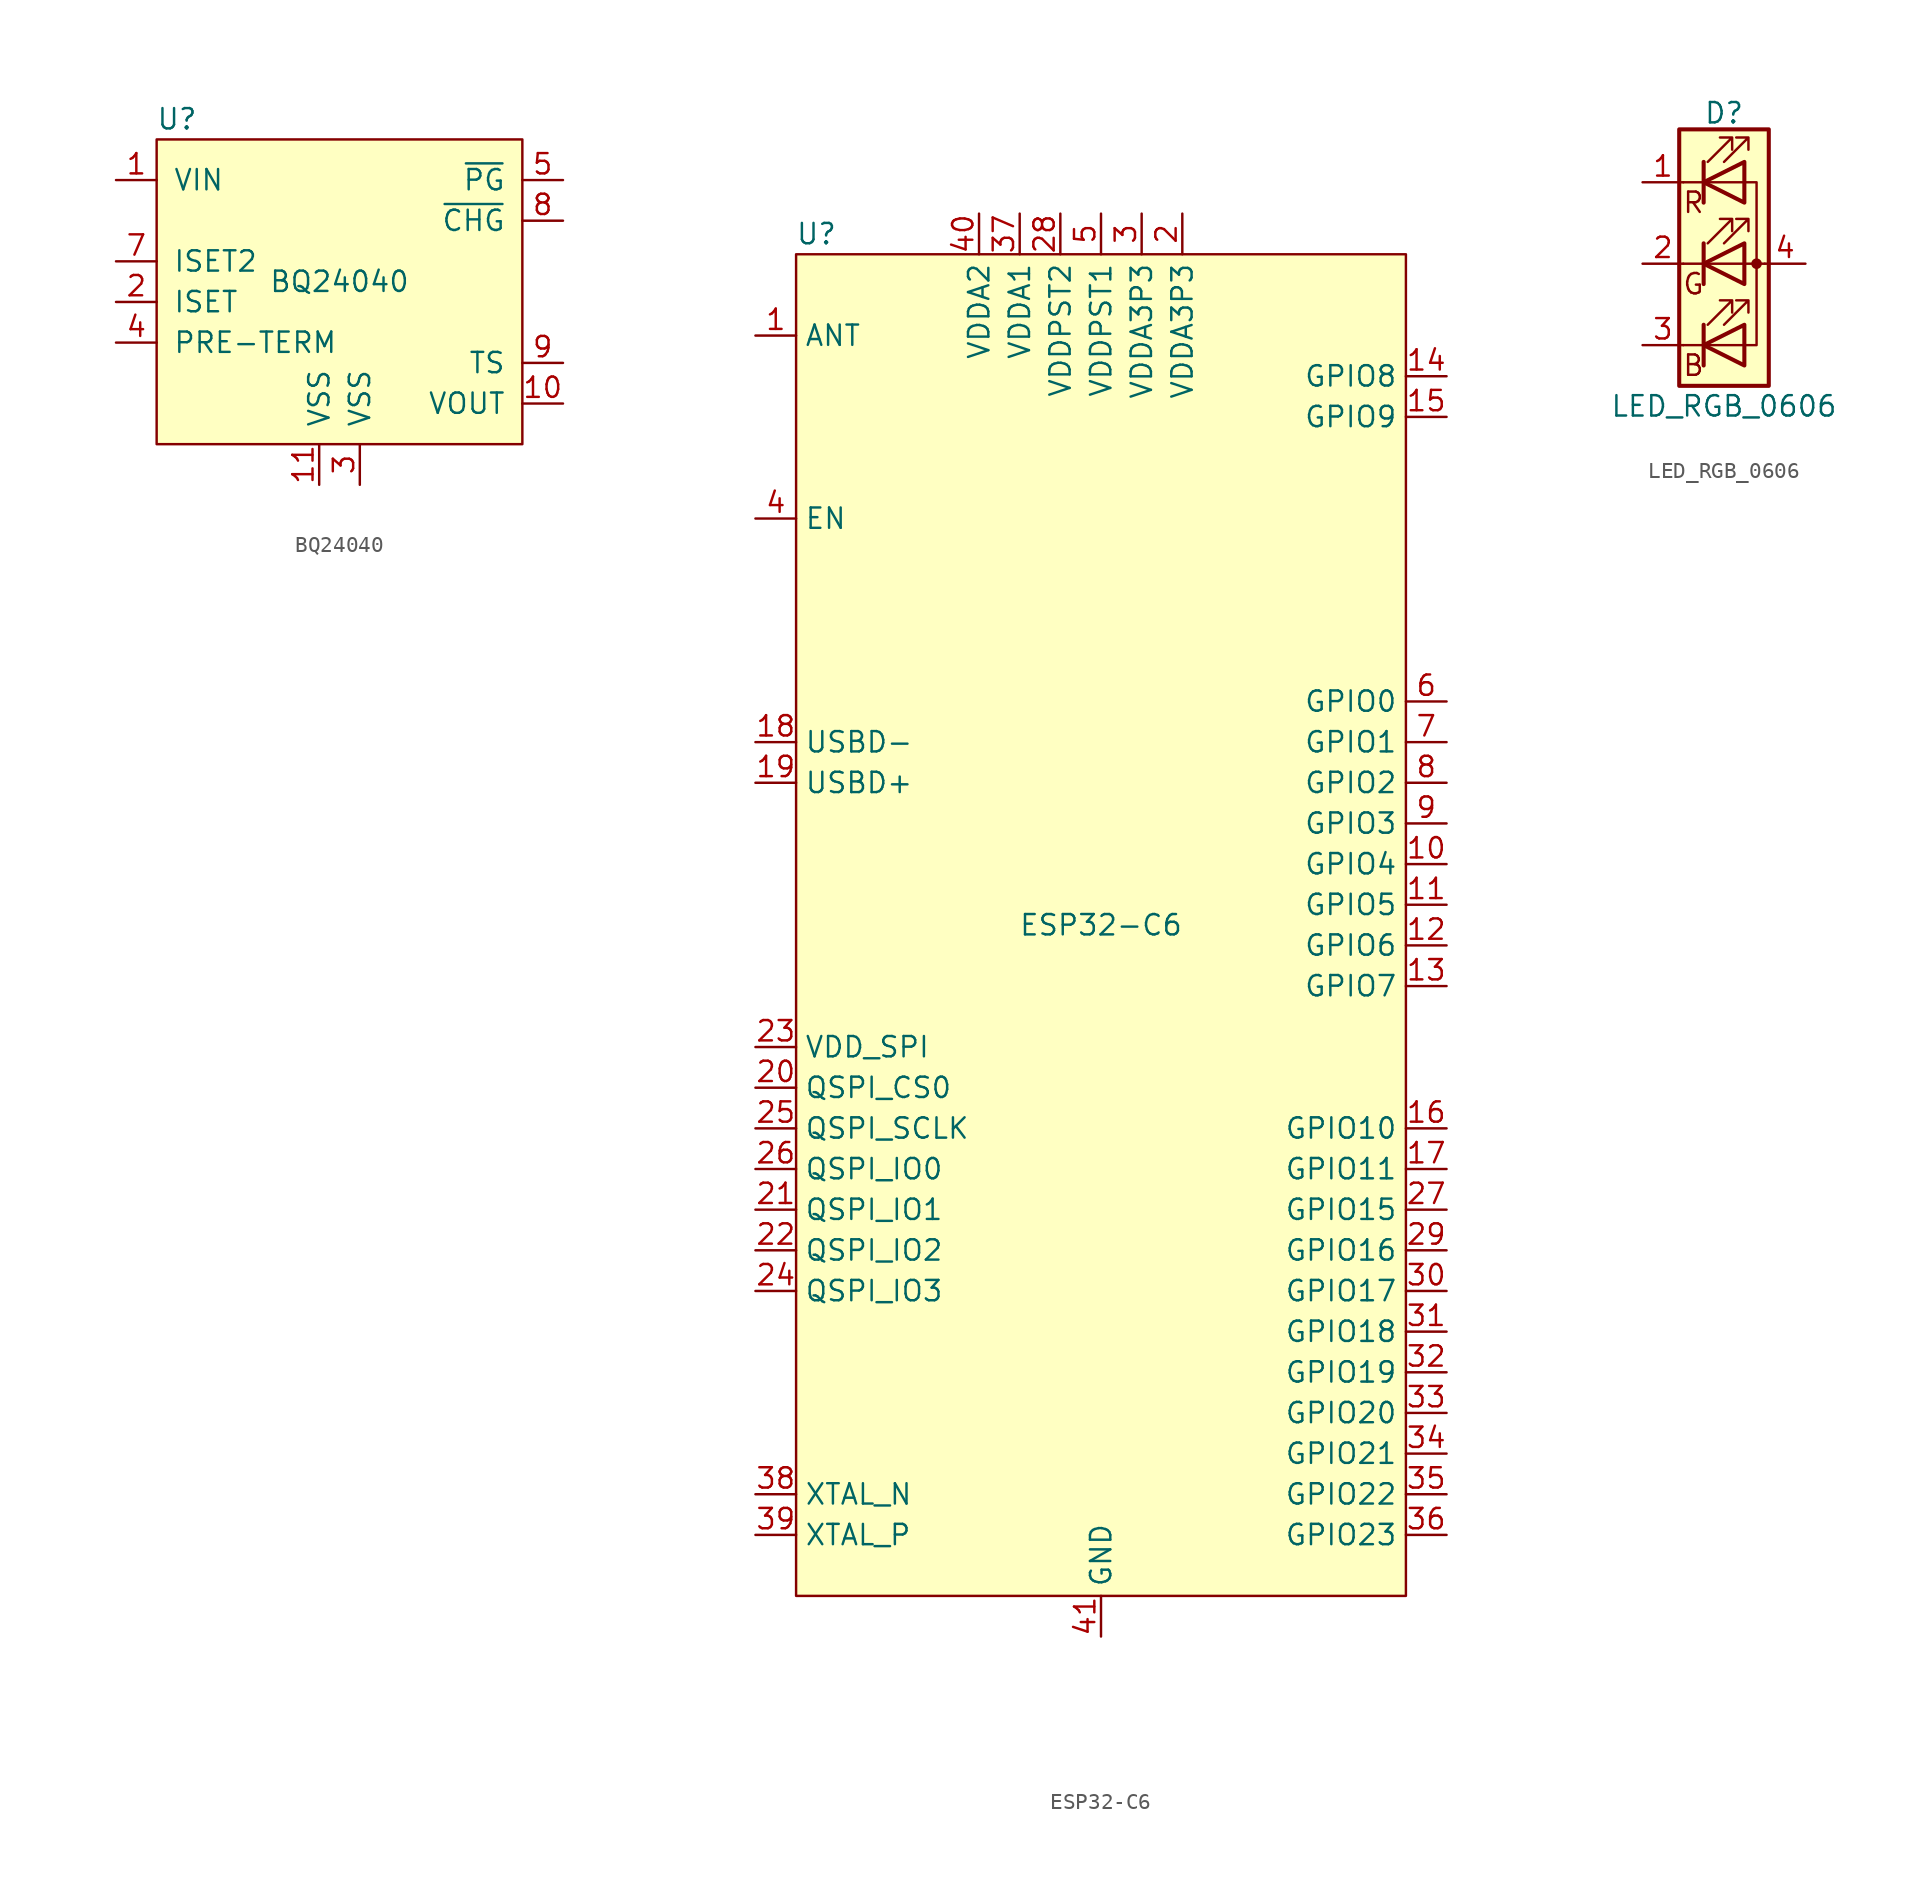
<source format=kicad_sym>
(kicad_symbol_lib
  (version 20220914)
  (generator kicad_symbol_editor)
  (symbol "BQ24040"
    (pin_names
      (offset 1.016))
    (property "Reference" "U"
      (at -10.16 10.16 0)
      (effects (font (size 1.27 1.27))))
    (property "Value" "BQ24040"
      (at 0 0 0)
      (effects (font (size 1.27 1.27))))
    (symbol "BQ24040_0_1"
      (rectangle (start -11.43 8.89) (end 11.43 -10.16) (stroke (width 0) (type default)) (fill (type background))))
    (symbol "BQ24040_1_1"
      (pin input line (at -13.97 6.35 0) (length 2.54) (name "VIN" (effects (font (size 1.27 1.27)))) (number "1" (effects (font (size 1.27 1.27)))))
      (pin output line (at 13.97 -7.62 180) (length 2.54) (name "VOUT" (effects (font (size 1.27 1.27)))) (number "10" (effects (font (size 1.27 1.27)))))
      (pin power_in line (at -1.27 -12.7 90) (length 2.54) (name "VSS" (effects (font (size 1.27 1.27)))) (number "11" (effects (font (size 1.27 1.27)))))
      (pin input line (at -13.97 -1.27 0) (length 2.54) (name "ISET" (effects (font (size 1.27 1.27)))) (number "2" (effects (font (size 1.27 1.27)))))
      (pin power_in line (at 1.27 -12.7 90) (length 2.54) (name "VSS" (effects (font (size 1.27 1.27)))) (number "3" (effects (font (size 1.27 1.27)))))
      (pin input line (at -13.97 -3.81 0) (length 2.54) (name "PRE-TERM" (effects (font (size 1.27 1.27)))) (number "4" (effects (font (size 1.27 1.27)))))
      (pin open_collector line (at 13.97 6.35 180) (length 2.54) (name "~{PG}" (effects (font (size 1.27 1.27)))) (number "5" (effects (font (size 1.27 1.27)))))
      (pin no_connect line (at 5.08 -12.7 90) (length 2.54) hide (name "NC" (effects (font (size 1.27 1.27)))) (number "6" (effects (font (size 1.27 1.27)))))
      (pin input line (at -13.97 1.27 0) (length 2.54) (name "ISET2" (effects (font (size 1.27 1.27)))) (number "7" (effects (font (size 1.27 1.27)))))
      (pin open_collector line (at 13.97 3.81 180) (length 2.54) (name "~{CHG}" (effects (font (size 1.27 1.27)))) (number "8" (effects (font (size 1.27 1.27)))))
      (pin input line (at 13.97 -5.08 180) (length 2.54) (name "TS" (effects (font (size 1.27 1.27)))) (number "9" (effects (font (size 1.27 1.27)))))))
  (symbol "ESP32-C6"
    (property "Reference" "U"
      (at -17.78 43.18 0)
      (effects (font (size 1.27 1.27))))
    (property "Value" "ESP32-C6"
      (at 0 0 0)
      (effects (font (size 1.27 1.27))))
    (symbol "ESP32-C6_0_0"
      (pin unspecified line (at -21.59 36.83 0) (length 2.54) (name "ANT" (effects (font (size 1.27 1.27)))) (number "1" (effects (font (size 1.27 1.27)))))
      (pin bidirectional line (at 21.59 3.81 180) (length 2.54) (name "GPIO4" (effects (font (size 1.27 1.27)))) (number "10" (effects (font (size 1.27 1.27)))))
      (pin bidirectional line (at 21.59 1.27 180) (length 2.54) (name "GPIO5" (effects (font (size 1.27 1.27)))) (number "11" (effects (font (size 1.27 1.27)))))
      (pin bidirectional line (at 21.59 -1.27 180) (length 2.54) (name "GPIO6" (effects (font (size 1.27 1.27)))) (number "12" (effects (font (size 1.27 1.27)))))
      (pin bidirectional line (at 21.59 -3.81 180) (length 2.54) (name "GPIO7" (effects (font (size 1.27 1.27)))) (number "13" (effects (font (size 1.27 1.27)))))
      (pin bidirectional line (at 21.59 34.29 180) (length 2.54) (name "GPIO8" (effects (font (size 1.27 1.27)))) (number "14" (effects (font (size 1.27 1.27)))))
      (pin bidirectional line (at 21.59 31.75 180) (length 2.54) (name "GPIO9" (effects (font (size 1.27 1.27)))) (number "15" (effects (font (size 1.27 1.27)))))
      (pin bidirectional line (at 21.59 -12.7 180) (length 2.54) (name "GPIO10" (effects (font (size 1.27 1.27)))) (number "16" (effects (font (size 1.27 1.27)))))
      (pin bidirectional line (at 21.59 -15.24 180) (length 2.54) (name "GPIO11" (effects (font (size 1.27 1.27)))) (number "17" (effects (font (size 1.27 1.27)))))
      (pin bidirectional line (at -21.59 11.43 0) (length 2.54) (name "USBD-" (effects (font (size 1.27 1.27)))) (number "18" (effects (font (size 1.27 1.27)))))
      (pin bidirectional line (at -21.59 8.89 0) (length 2.54) (name "USBD+" (effects (font (size 1.27 1.27)))) (number "19" (effects (font (size 1.27 1.27)))))
      (pin power_in line (at 5.08 44.45 270) (length 2.54) (name "VDDA3P3" (effects (font (size 1.27 1.27)))) (number "2" (effects (font (size 1.27 1.27)))))
      (pin power_out line (at -21.59 -7.62 0) (length 2.54) (name "VDD_SPI" (effects (font (size 1.27 1.27)))) (number "23" (effects (font (size 1.27 1.27)))))
      (pin bidirectional line (at 21.59 -17.78 180) (length 2.54) (name "GPIO15" (effects (font (size 1.27 1.27)))) (number "27" (effects (font (size 1.27 1.27)))))
      (pin power_in line (at -2.54 44.45 270) (length 2.54) (name "VDDPST2" (effects (font (size 1.27 1.27)))) (number "28" (effects (font (size 1.27 1.27)))))
      (pin bidirectional line (at 21.59 -20.32 180) (length 2.54) (name "GPIO16" (effects (font (size 1.27 1.27)))) (number "29" (effects (font (size 1.27 1.27)))))
      (pin power_in line (at 2.54 44.45 270) (length 2.54) (name "VDDA3P3" (effects (font (size 1.27 1.27)))) (number "3" (effects (font (size 1.27 1.27)))))
      (pin bidirectional line (at 21.59 -22.86 180) (length 2.54) (name "GPIO17" (effects (font (size 1.27 1.27)))) (number "30" (effects (font (size 1.27 1.27)))))
      (pin bidirectional line (at 21.59 -25.4 180) (length 2.54) (name "GPIO18" (effects (font (size 1.27 1.27)))) (number "31" (effects (font (size 1.27 1.27)))))
      (pin bidirectional line (at 21.59 -27.94 180) (length 2.54) (name "GPIO19" (effects (font (size 1.27 1.27)))) (number "32" (effects (font (size 1.27 1.27)))))
      (pin bidirectional line (at 21.59 -30.48 180) (length 2.54) (name "GPIO20" (effects (font (size 1.27 1.27)))) (number "33" (effects (font (size 1.27 1.27)))))
      (pin bidirectional line (at 21.59 -33.02 180) (length 2.54) (name "GPIO21" (effects (font (size 1.27 1.27)))) (number "34" (effects (font (size 1.27 1.27)))))
      (pin bidirectional line (at 21.59 -35.56 180) (length 2.54) (name "GPIO22" (effects (font (size 1.27 1.27)))) (number "35" (effects (font (size 1.27 1.27)))))
      (pin bidirectional line (at 21.59 -38.1 180) (length 2.54) (name "GPIO23" (effects (font (size 1.27 1.27)))) (number "36" (effects (font (size 1.27 1.27)))))
      (pin power_in line (at -5.08 44.45 270) (length 2.54) (name "VDDA1" (effects (font (size 1.27 1.27)))) (number "37" (effects (font (size 1.27 1.27)))))
      (pin bidirectional line (at -21.59 -35.56 0) (length 2.54) (name "XTAL_N" (effects (font (size 1.27 1.27)))) (number "38" (effects (font (size 1.27 1.27)))))
      (pin bidirectional line (at -21.59 -38.1 0) (length 2.54) (name "XTAL_P" (effects (font (size 1.27 1.27)))) (number "39" (effects (font (size 1.27 1.27)))))
      (pin input line (at -21.59 25.4 0) (length 2.54) (name "EN" (effects (font (size 1.27 1.27)))) (number "4" (effects (font (size 1.27 1.27)))))
      (pin power_in line (at -7.62 44.45 270) (length 2.54) (name "VDDA2" (effects (font (size 1.27 1.27)))) (number "40" (effects (font (size 1.27 1.27)))))
      (pin power_in line (at 0 -44.45 90) (length 2.54) (name "GND" (effects (font (size 1.27 1.27)))) (number "41" (effects (font (size 1.27 1.27)))))
      (pin power_in line (at 0 44.45 270) (length 2.54) (name "VDDPST1" (effects (font (size 1.27 1.27)))) (number "5" (effects (font (size 1.27 1.27)))))
      (pin bidirectional line (at 21.59 13.97 180) (length 2.54) (name "GPIO0" (effects (font (size 1.27 1.27)))) (number "6" (effects (font (size 1.27 1.27)))))
      (pin bidirectional line (at 21.59 11.43 180) (length 2.54) (name "GPIO1" (effects (font (size 1.27 1.27)))) (number "7" (effects (font (size 1.27 1.27)))))
      (pin bidirectional line (at 21.59 8.89 180) (length 2.54) (name "GPIO2" (effects (font (size 1.27 1.27)))) (number "8" (effects (font (size 1.27 1.27)))))
      (pin bidirectional line (at 21.59 6.35 180) (length 2.54) (name "GPIO3" (effects (font (size 1.27 1.27)))) (number "9" (effects (font (size 1.27 1.27))))))
    (symbol "ESP32-C6_1_0"
      (pin output line (at -21.59 -10.16 0) (length 2.54) (name "QSPI_CS0" (effects (font (size 1.27 1.27)))) (number "20" (effects (font (size 1.27 1.27)))))
      (pin bidirectional line (at -21.59 -17.78 0) (length 2.54) (name "QSPI_IO1" (effects (font (size 1.27 1.27)))) (number "21" (effects (font (size 1.27 1.27)))))
      (pin bidirectional line (at -21.59 -20.32 0) (length 2.54) (name "QSPI_IO2" (effects (font (size 1.27 1.27)))) (number "22" (effects (font (size 1.27 1.27)))))
      (pin bidirectional line (at -21.59 -22.86 0) (length 2.54) (name "QSPI_IO3" (effects (font (size 1.27 1.27)))) (number "24" (effects (font (size 1.27 1.27)))))
      (pin output line (at -21.59 -12.7 0) (length 2.54) (name "QSPI_SCLK" (effects (font (size 1.27 1.27)))) (number "25" (effects (font (size 1.27 1.27)))))
      (pin bidirectional line (at -21.59 -15.24 0) (length 2.54) (name "QSPI_IO0" (effects (font (size 1.27 1.27)))) (number "26" (effects (font (size 1.27 1.27))))))
    (symbol "ESP32-C6_1_1"
      (rectangle (start -19.05 41.91) (end 19.05 -41.91) (stroke (width 0) (type default)) (fill (type background)))))
  (symbol "LED_RGB_0606"
    (pin_names
      (offset 0) hide)
    (property "Reference" "D"
      (at 0 9.398 0)
      (effects (font (size 1.27 1.27))))
    (property "Value" "LED_RGB_0606"
      (at 0 -8.89 0)
      (effects (font (size 1.27 1.27))))
    (symbol "LED_RGB_0606_0_0"
      (text "B" (at -1.905 -6.35 0) (effects (font (size 1.27 1.27))))
      (text "G" (at -1.905 -1.27 0) (effects (font (size 1.27 1.27))))
      (text "R" (at -1.905 3.81 0) (effects (font (size 1.27 1.27)))))
    (symbol "LED_RGB_0606_0_1"
      (polyline (pts (xy -1.27 -5.08) (xy -2.54 -5.08)) (stroke (width 0) (type default)) (fill (type none)))
      (polyline (pts (xy -1.27 -5.08) (xy 1.27 -5.08)) (stroke (width 0) (type default)) (fill (type none)))
      (polyline (pts (xy -1.27 -3.81) (xy -1.27 -6.35)) (stroke (width 0.254) (type default)) (fill (type none)))
      (polyline (pts (xy -1.27 0) (xy -2.54 0)) (stroke (width 0) (type default)) (fill (type none)))
      (polyline (pts (xy -1.27 1.27) (xy -1.27 -1.27)) (stroke (width 0.254) (type default)) (fill (type none)))
      (polyline (pts (xy -1.27 5.08) (xy -2.54 5.08)) (stroke (width 0) (type default)) (fill (type none)))
      (polyline (pts (xy -1.27 5.08) (xy 1.27 5.08)) (stroke (width 0) (type default)) (fill (type none)))
      (polyline (pts (xy -1.27 6.35) (xy -1.27 3.81)) (stroke (width 0.254) (type default)) (fill (type none)))
      (polyline (pts (xy 1.27 0) (xy -1.27 0)) (stroke (width 0) (type default)) (fill (type none)))
      (polyline (pts (xy 1.27 0) (xy 2.54 0)) (stroke (width 0) (type default)) (fill (type none)))
      (polyline (pts (xy -1.27 1.27) (xy -1.27 -1.27) (xy -1.27 -1.27)) (stroke (width 0) (type default)) (fill (type none)))
      (polyline (pts (xy -1.27 6.35) (xy -1.27 3.81) (xy -1.27 3.81)) (stroke (width 0) (type default)) (fill (type none)))
      (polyline (pts (xy 1.27 -5.08) (xy 2.032 -5.08) (xy 2.032 5.08) (xy 1.27 5.08)) (stroke (width 0) (type default)) (fill (type none)))
      (polyline (pts (xy 1.27 -3.81) (xy 1.27 -6.35) (xy -1.27 -5.08) (xy 1.27 -3.81)) (stroke (width 0.254) (type default)) (fill (type none)))
      (polyline (pts (xy 1.27 1.27) (xy 1.27 -1.27) (xy -1.27 0) (xy 1.27 1.27)) (stroke (width 0.254) (type default)) (fill (type none)))
      (polyline (pts (xy 1.27 6.35) (xy 1.27 3.81) (xy -1.27 5.08) (xy 1.27 6.35)) (stroke (width 0.254) (type default)) (fill (type none)))
      (polyline (pts (xy -1.016 -3.81) (xy 0.508 -2.286) (xy -0.254 -2.286) (xy 0.508 -2.286) (xy 0.508 -3.048)) (stroke (width 0) (type default)) (fill (type none)))
      (polyline (pts (xy -1.016 1.27) (xy 0.508 2.794) (xy -0.254 2.794) (xy 0.508 2.794) (xy 0.508 2.032)) (stroke (width 0) (type default)) (fill (type none)))
      (polyline (pts (xy -1.016 6.35) (xy 0.508 7.874) (xy -0.254 7.874) (xy 0.508 7.874) (xy 0.508 7.112)) (stroke (width 0) (type default)) (fill (type none)))
      (polyline (pts (xy 0 -3.81) (xy 1.524 -2.286) (xy 0.762 -2.286) (xy 1.524 -2.286) (xy 1.524 -3.048)) (stroke (width 0) (type default)) (fill (type none)))
      (polyline (pts (xy 0 1.27) (xy 1.524 2.794) (xy 0.762 2.794) (xy 1.524 2.794) (xy 1.524 2.032)) (stroke (width 0) (type default)) (fill (type none)))
      (polyline (pts (xy 0 6.35) (xy 1.524 7.874) (xy 0.762 7.874) (xy 1.524 7.874) (xy 1.524 7.112)) (stroke (width 0) (type default)) (fill (type none)))
      (rectangle (start 1.27 -1.27) (end 1.27 1.27) (stroke (width 0) (type default)) (fill (type none)))
      (rectangle (start 1.27 1.27) (end 1.27 1.27) (stroke (width 0) (type default)) (fill (type none)))
      (rectangle (start 1.27 3.81) (end 1.27 6.35) (stroke (width 0) (type default)) (fill (type none)))
      (rectangle (start 1.27 6.35) (end 1.27 6.35) (stroke (width 0) (type default)) (fill (type none)))
      (circle (center 2.032 0) (radius 0.254) (stroke (width 0) (type default)) (fill (type outline)))
      (rectangle (start 2.794 8.382) (end -2.794 -7.62) (stroke (width 0.254) (type default)) (fill (type background))))
    (symbol "LED_RGB_0606_1_1"
      (pin passive line (at -5.08 5.08 0) (length 2.54) (name "RK" (effects (font (size 1.27 1.27)))) (number "1" (effects (font (size 1.27 1.27)))))
      (pin passive line (at -5.08 0 0) (length 2.54) (name "GK" (effects (font (size 1.27 1.27)))) (number "2" (effects (font (size 1.27 1.27)))))
      (pin passive line (at -5.08 -5.08 0) (length 2.54) (name "BK" (effects (font (size 1.27 1.27)))) (number "3" (effects (font (size 1.27 1.27)))))
      (pin passive line (at 5.08 0 180) (length 2.54) (name "A" (effects (font (size 1.27 1.27)))) (number "4" (effects (font (size 1.27 1.27))))))))
</source>
